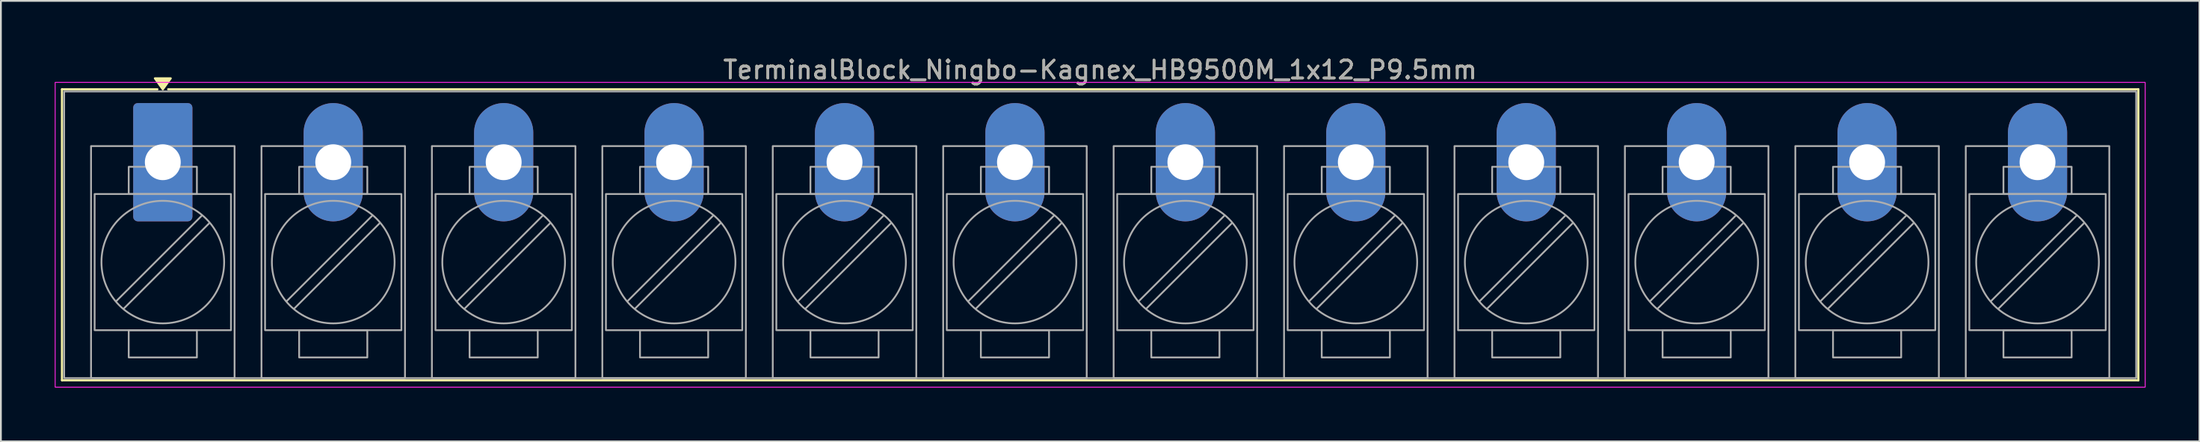
<source format=kicad_pcb>
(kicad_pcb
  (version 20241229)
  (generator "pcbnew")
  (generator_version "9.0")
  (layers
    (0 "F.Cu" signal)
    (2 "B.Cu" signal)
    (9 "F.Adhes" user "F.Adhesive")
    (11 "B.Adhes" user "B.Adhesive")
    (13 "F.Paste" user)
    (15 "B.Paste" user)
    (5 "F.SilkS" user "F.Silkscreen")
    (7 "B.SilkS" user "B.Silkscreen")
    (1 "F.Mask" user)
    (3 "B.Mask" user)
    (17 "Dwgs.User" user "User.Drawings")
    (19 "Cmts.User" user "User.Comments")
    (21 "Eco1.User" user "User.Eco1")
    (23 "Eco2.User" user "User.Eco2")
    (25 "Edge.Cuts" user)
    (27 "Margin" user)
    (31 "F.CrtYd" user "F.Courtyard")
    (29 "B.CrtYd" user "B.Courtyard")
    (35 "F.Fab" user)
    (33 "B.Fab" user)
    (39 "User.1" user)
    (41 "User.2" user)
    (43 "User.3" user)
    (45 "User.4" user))
  (footprint "TerminalBlock_Ningbo-Kagnex_HB9500M_1x12_P9.5mm"
    (layer "F.Cu")
    (at 6.025 6.003)
    (property "Reference" "TerminalBlock_Ningbo-Kagnex_HB9500M_1x12_P9.5mm" (at 52.25 -5.155 0) (layer "F.SilkS") (effects (font (size 1 1) (thickness 0.15))))
    (attr through_hole)
    (fp_line (start -5.62 -4.07) (end -0.3 -4.07) (stroke (width 0.12) (type solid)) (layer "F.SilkS"))
    (fp_line (start -5.62 12.17) (end -5.62 -4.07) (stroke (width 0.12) (type solid)) (layer "F.SilkS"))
    (fp_line (start 0.3 -4.07) (end 110.12 -4.07) (stroke (width 0.12) (type solid)) (layer "F.SilkS"))
    (fp_line (start 110.12 -4.07) (end 110.12 12.17) (stroke (width 0.12) (type solid)) (layer "F.SilkS"))
    (fp_line (start 110.12 12.17) (end -5.62 12.17) (stroke (width 0.12) (type solid)) (layer "F.SilkS"))
    (fp_poly (pts (xy 0 -4.07) (xy -0.44 -4.68) (xy 0.44 -4.68)) (stroke (width 0.12) (type solid)) (fill yes) (layer "F.SilkS"))
    (fp_rect (start -6 -4.455) (end 110.5 12.555) (stroke (width 0.05) (type solid)) (fill no) (layer "F.CrtYd"))
    (fp_line (start 2.176 2.981) (end -2.594 7.751) (stroke (width 0.1) (type solid)) (layer "F.Fab"))
    (fp_line (start 2.594 3.399) (end -2.176 8.169) (stroke (width 0.1) (type solid)) (layer "F.Fab"))
    (fp_line (start 11.676 2.981) (end 6.906 7.751) (stroke (width 0.1) (type solid)) (layer "F.Fab"))
    (fp_line (start 12.094 3.399) (end 7.324 8.169) (stroke (width 0.1) (type solid)) (layer "F.Fab"))
    (fp_line (start 21.176 2.981) (end 16.406 7.751) (stroke (width 0.1) (type solid)) (layer "F.Fab"))
    (fp_line (start 21.594 3.399) (end 16.824 8.169) (stroke (width 0.1) (type solid)) (layer "F.Fab"))
    (fp_line (start 30.676 2.981) (end 25.906 7.751) (stroke (width 0.1) (type solid)) (layer "F.Fab"))
    (fp_line (start 31.094 3.399) (end 26.324 8.169) (stroke (width 0.1) (type solid)) (layer "F.Fab"))
    (fp_line (start 40.176 2.981) (end 35.406 7.751) (stroke (width 0.1) (type solid)) (layer "F.Fab"))
    (fp_line (start 40.594 3.399) (end 35.824 8.169) (stroke (width 0.1) (type solid)) (layer "F.Fab"))
    (fp_line (start 49.676 2.981) (end 44.906 7.751) (stroke (width 0.1) (type solid)) (layer "F.Fab"))
    (fp_line (start 50.094 3.399) (end 45.324 8.169) (stroke (width 0.1) (type solid)) (layer "F.Fab"))
    (fp_line (start 59.176 2.981) (end 54.406 7.751) (stroke (width 0.1) (type solid)) (layer "F.Fab"))
    (fp_line (start 59.594 3.399) (end 54.824 8.169) (stroke (width 0.1) (type solid)) (layer "F.Fab"))
    (fp_line (start 68.676 2.981) (end 63.906 7.751) (stroke (width 0.1) (type solid)) (layer "F.Fab"))
    (fp_line (start 69.094 3.399) (end 64.324 8.169) (stroke (width 0.1) (type solid)) (layer "F.Fab"))
    (fp_line (start 78.176 2.981) (end 73.406 7.751) (stroke (width 0.1) (type solid)) (layer "F.Fab"))
    (fp_line (start 78.594 3.399) (end 73.824 8.169) (stroke (width 0.1) (type solid)) (layer "F.Fab"))
    (fp_line (start 87.676 2.981) (end 82.906 7.751) (stroke (width 0.1) (type solid)) (layer "F.Fab"))
    (fp_line (start 88.094 3.399) (end 83.324 8.169) (stroke (width 0.1) (type solid)) (layer "F.Fab"))
    (fp_line (start 97.176 2.981) (end 92.406 7.751) (stroke (width 0.1) (type solid)) (layer "F.Fab"))
    (fp_line (start 97.594 3.399) (end 92.824 8.169) (stroke (width 0.1) (type solid)) (layer "F.Fab"))
    (fp_line (start 106.676 2.981) (end 101.906 7.751) (stroke (width 0.1) (type solid)) (layer "F.Fab"))
    (fp_line (start 107.094 3.399) (end 102.324 8.169) (stroke (width 0.1) (type solid)) (layer "F.Fab"))
    (fp_rect (start -5.5 -3.95) (end 110 12.05) (stroke (width 0.1) (type solid)) (fill no) (layer "F.Fab"))
    (fp_rect (start -4 -0.9) (end 4 12.05) (stroke (width 0.1) (type solid)) (fill no) (layer "F.Fab"))
    (fp_rect (start -3.8 1.775) (end 3.8 9.375) (stroke (width 0.1) (type solid)) (fill no) (layer "F.Fab"))
    (fp_rect (start -1.9 0.255) (end 1.9 1.775) (stroke (width 0.1) (type solid)) (fill no) (layer "F.Fab"))
    (fp_rect (start -1.9 9.375) (end 1.9 10.895) (stroke (width 0.1) (type solid)) (fill no) (layer "F.Fab"))
    (fp_rect (start 5.5 -0.9) (end 13.5 12.05) (stroke (width 0.1) (type solid)) (fill no) (layer "F.Fab"))
    (fp_rect (start 5.7 1.775) (end 13.3 9.375) (stroke (width 0.1) (type solid)) (fill no) (layer "F.Fab"))
    (fp_rect (start 7.6 0.255) (end 11.4 1.775) (stroke (width 0.1) (type solid)) (fill no) (layer "F.Fab"))
    (fp_rect (start 7.6 9.375) (end 11.4 10.895) (stroke (width 0.1) (type solid)) (fill no) (layer "F.Fab"))
    (fp_rect (start 15 -0.9) (end 23 12.05) (stroke (width 0.1) (type solid)) (fill no) (layer "F.Fab"))
    (fp_rect (start 15.2 1.775) (end 22.8 9.375) (stroke (width 0.1) (type solid)) (fill no) (layer "F.Fab"))
    (fp_rect (start 17.1 0.255) (end 20.9 1.775) (stroke (width 0.1) (type solid)) (fill no) (layer "F.Fab"))
    (fp_rect (start 17.1 9.375) (end 20.9 10.895) (stroke (width 0.1) (type solid)) (fill no) (layer "F.Fab"))
    (fp_rect (start 24.5 -0.9) (end 32.5 12.05) (stroke (width 0.1) (type solid)) (fill no) (layer "F.Fab"))
    (fp_rect (start 24.7 1.775) (end 32.3 9.375) (stroke (width 0.1) (type solid)) (fill no) (layer "F.Fab"))
    (fp_rect (start 26.6 0.255) (end 30.4 1.775) (stroke (width 0.1) (type solid)) (fill no) (layer "F.Fab"))
    (fp_rect (start 26.6 9.375) (end 30.4 10.895) (stroke (width 0.1) (type solid)) (fill no) (layer "F.Fab"))
    (fp_rect (start 34 -0.9) (end 42 12.05) (stroke (width 0.1) (type solid)) (fill no) (layer "F.Fab"))
    (fp_rect (start 34.2 1.775) (end 41.8 9.375) (stroke (width 0.1) (type solid)) (fill no) (layer "F.Fab"))
    (fp_rect (start 36.1 0.255) (end 39.9 1.775) (stroke (width 0.1) (type solid)) (fill no) (layer "F.Fab"))
    (fp_rect (start 36.1 9.375) (end 39.9 10.895) (stroke (width 0.1) (type solid)) (fill no) (layer "F.Fab"))
    (fp_rect (start 43.5 -0.9) (end 51.5 12.05) (stroke (width 0.1) (type solid)) (fill no) (layer "F.Fab"))
    (fp_rect (start 43.7 1.775) (end 51.3 9.375) (stroke (width 0.1) (type solid)) (fill no) (layer "F.Fab"))
    (fp_rect (start 45.6 0.255) (end 49.4 1.775) (stroke (width 0.1) (type solid)) (fill no) (layer "F.Fab"))
    (fp_rect (start 45.6 9.375) (end 49.4 10.895) (stroke (width 0.1) (type solid)) (fill no) (layer "F.Fab"))
    (fp_rect (start 53 -0.9) (end 61 12.05) (stroke (width 0.1) (type solid)) (fill no) (layer "F.Fab"))
    (fp_rect (start 53.2 1.775) (end 60.8 9.375) (stroke (width 0.1) (type solid)) (fill no) (layer "F.Fab"))
    (fp_rect (start 55.1 0.255) (end 58.9 1.775) (stroke (width 0.1) (type solid)) (fill no) (layer "F.Fab"))
    (fp_rect (start 55.1 9.375) (end 58.9 10.895) (stroke (width 0.1) (type solid)) (fill no) (layer "F.Fab"))
    (fp_rect (start 62.5 -0.9) (end 70.5 12.05) (stroke (width 0.1) (type solid)) (fill no) (layer "F.Fab"))
    (fp_rect (start 62.7 1.775) (end 70.3 9.375) (stroke (width 0.1) (type solid)) (fill no) (layer "F.Fab"))
    (fp_rect (start 64.6 0.255) (end 68.4 1.775) (stroke (width 0.1) (type solid)) (fill no) (layer "F.Fab"))
    (fp_rect (start 64.6 9.375) (end 68.4 10.895) (stroke (width 0.1) (type solid)) (fill no) (layer "F.Fab"))
    (fp_rect (start 72 -0.9) (end 80 12.05) (stroke (width 0.1) (type solid)) (fill no) (layer "F.Fab"))
    (fp_rect (start 72.2 1.775) (end 79.8 9.375) (stroke (width 0.1) (type solid)) (fill no) (layer "F.Fab"))
    (fp_rect (start 74.1 0.255) (end 77.9 1.775) (stroke (width 0.1) (type solid)) (fill no) (layer "F.Fab"))
    (fp_rect (start 74.1 9.375) (end 77.9 10.895) (stroke (width 0.1) (type solid)) (fill no) (layer "F.Fab"))
    (fp_rect (start 81.5 -0.9) (end 89.5 12.05) (stroke (width 0.1) (type solid)) (fill no) (layer "F.Fab"))
    (fp_rect (start 81.7 1.775) (end 89.3 9.375) (stroke (width 0.1) (type solid)) (fill no) (layer "F.Fab"))
    (fp_rect (start 83.6 0.255) (end 87.4 1.775) (stroke (width 0.1) (type solid)) (fill no) (layer "F.Fab"))
    (fp_rect (start 83.6 9.375) (end 87.4 10.895) (stroke (width 0.1) (type solid)) (fill no) (layer "F.Fab"))
    (fp_rect (start 91 -0.9) (end 99 12.05) (stroke (width 0.1) (type solid)) (fill no) (layer "F.Fab"))
    (fp_rect (start 91.2 1.775) (end 98.8 9.375) (stroke (width 0.1) (type solid)) (fill no) (layer "F.Fab"))
    (fp_rect (start 93.1 0.255) (end 96.9 1.775) (stroke (width 0.1) (type solid)) (fill no) (layer "F.Fab"))
    (fp_rect (start 93.1 9.375) (end 96.9 10.895) (stroke (width 0.1) (type solid)) (fill no) (layer "F.Fab"))
    (fp_rect (start 100.5 -0.9) (end 108.5 12.05) (stroke (width 0.1) (type solid)) (fill no) (layer "F.Fab"))
    (fp_rect (start 100.7 1.775) (end 108.3 9.375) (stroke (width 0.1) (type solid)) (fill no) (layer "F.Fab"))
    (fp_rect (start 102.6 0.255) (end 106.4 1.775) (stroke (width 0.1) (type solid)) (fill no) (layer "F.Fab"))
    (fp_rect (start 102.6 9.375) (end 106.4 10.895) (stroke (width 0.1) (type solid)) (fill no) (layer "F.Fab"))
    (fp_circle (center 0 5.575) (end 3.42 5.575) (stroke (width 0.1) (type solid)) (fill no) (layer "F.Fab"))
    (fp_circle (center 9.5 5.575) (end 12.92 5.575) (stroke (width 0.1) (type solid)) (fill no) (layer "F.Fab"))
    (fp_circle (center 19 5.575) (end 22.42 5.575) (stroke (width 0.1) (type solid)) (fill no) (layer "F.Fab"))
    (fp_circle (center 28.5 5.575) (end 31.92 5.575) (stroke (width 0.1) (type solid)) (fill no) (layer "F.Fab"))
    (fp_circle (center 38 5.575) (end 41.42 5.575) (stroke (width 0.1) (type solid)) (fill no) (layer "F.Fab"))
    (fp_circle (center 47.5 5.575) (end 50.92 5.575) (stroke (width 0.1) (type solid)) (fill no) (layer "F.Fab"))
    (fp_circle (center 57 5.575) (end 60.42 5.575) (stroke (width 0.1) (type solid)) (fill no) (layer "F.Fab"))
    (fp_circle (center 66.5 5.575) (end 69.92 5.575) (stroke (width 0.1) (type solid)) (fill no) (layer "F.Fab"))
    (fp_circle (center 76 5.575) (end 79.42 5.575) (stroke (width 0.1) (type solid)) (fill no) (layer "F.Fab"))
    (fp_circle (center 85.5 5.575) (end 88.92 5.575) (stroke (width 0.1) (type solid)) (fill no) (layer "F.Fab"))
    (fp_circle (center 95 5.575) (end 98.42 5.575) (stroke (width 0.1) (type solid)) (fill no) (layer "F.Fab"))
    (fp_circle (center 104.5 5.575) (end 107.92 5.575) (stroke (width 0.1) (type solid)) (fill no) (layer "F.Fab"))
    (fp_text user "${REFERENCE}" (at 52.25 -5.155 0) (layer "F.Fab") (effects (font (size 1 1) (thickness 0.15))))
    (pad "1" thru_hole roundrect (at 0 0) (size 3.3 6.6) (drill 2) (layers "*.Cu" "*.Mask") (roundrect_rratio 0.076))
    (pad "2" thru_hole oval (at 9.5 0) (size 3.3 6.6) (drill 2) (layers "*.Cu" "*.Mask"))
    (pad "3" thru_hole oval (at 19 0) (size 3.3 6.6) (drill 2) (layers "*.Cu" "*.Mask"))
    (pad "4" thru_hole oval (at 28.5 0) (size 3.3 6.6) (drill 2) (layers "*.Cu" "*.Mask"))
    (pad "5" thru_hole oval (at 38 0) (size 3.3 6.6) (drill 2) (layers "*.Cu" "*.Mask"))
    (pad "6" thru_hole oval (at 47.5 0) (size 3.3 6.6) (drill 2) (layers "*.Cu" "*.Mask"))
    (pad "7" thru_hole oval (at 57 0) (size 3.3 6.6) (drill 2) (layers "*.Cu" "*.Mask"))
    (pad "8" thru_hole oval (at 66.5 0) (size 3.3 6.6) (drill 2) (layers "*.Cu" "*.Mask"))
    (pad "9" thru_hole oval (at 76 0) (size 3.3 6.6) (drill 2) (layers "*.Cu" "*.Mask"))
    (pad "10" thru_hole oval (at 85.5 0) (size 3.3 6.6) (drill 2) (layers "*.Cu" "*.Mask"))
    (pad "11" thru_hole oval (at 95 0) (size 3.3 6.6) (drill 2) (layers "*.Cu" "*.Mask"))
    (pad "12" thru_hole oval (at 104.5 0) (size 3.3 6.6) (drill 2) (layers "*.Cu" "*.Mask")))
  (gr_rect
    (start -3 -3)
    (end 119.55 21.583)
    (stroke (width 0.1) (type default))
    (fill no)
    (layer "Edge.Cuts")))
</source>
